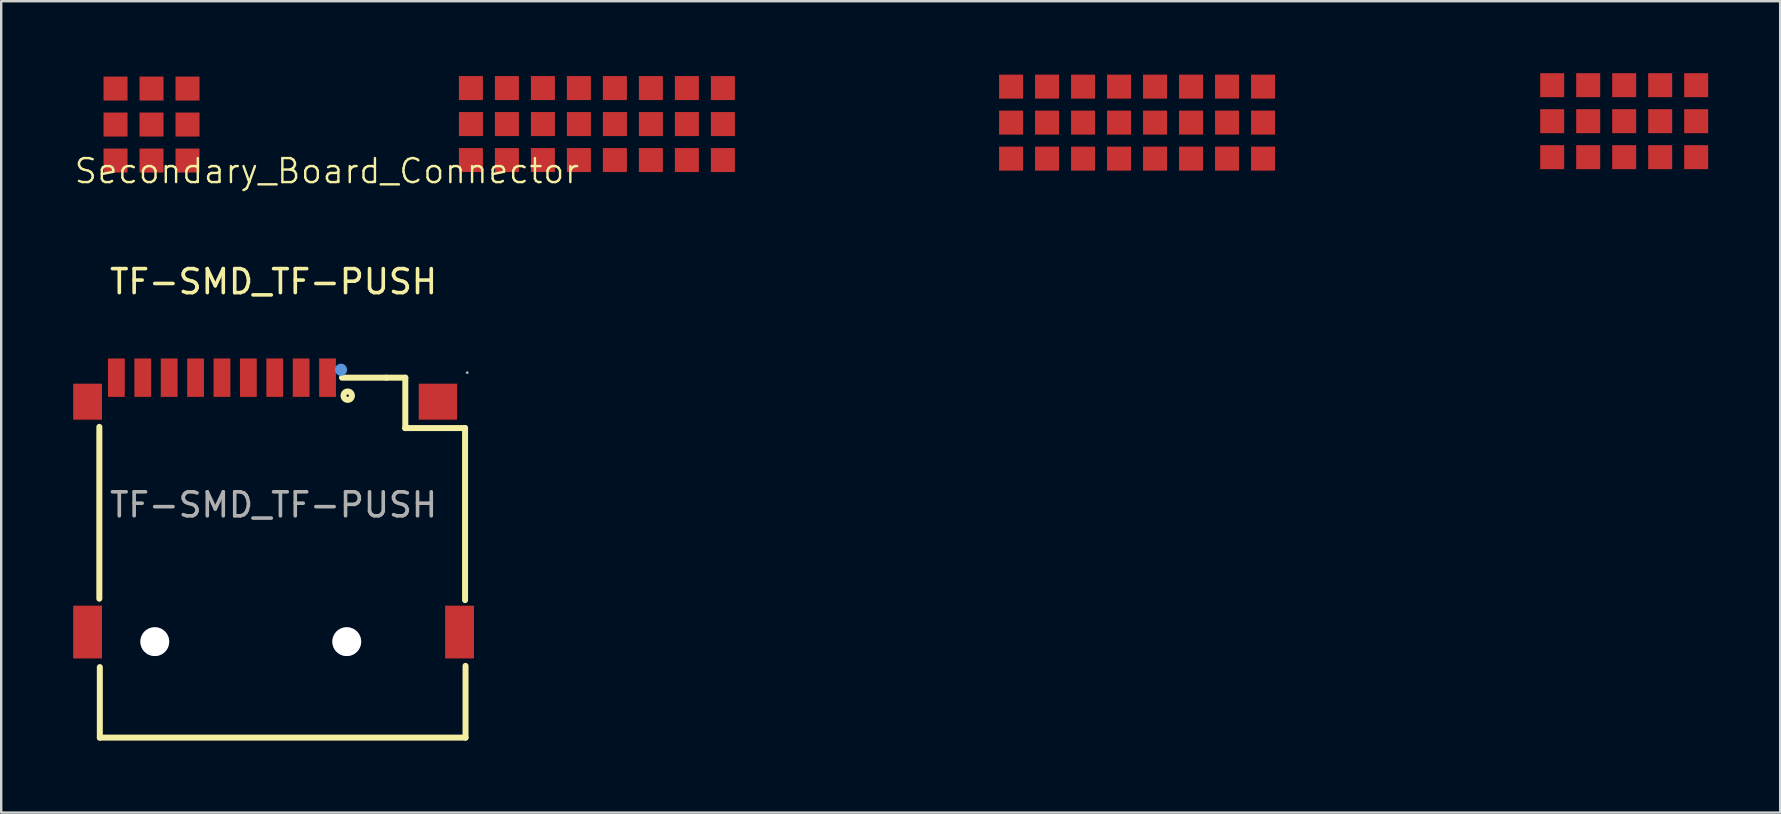
<source format=kicad_pcb>
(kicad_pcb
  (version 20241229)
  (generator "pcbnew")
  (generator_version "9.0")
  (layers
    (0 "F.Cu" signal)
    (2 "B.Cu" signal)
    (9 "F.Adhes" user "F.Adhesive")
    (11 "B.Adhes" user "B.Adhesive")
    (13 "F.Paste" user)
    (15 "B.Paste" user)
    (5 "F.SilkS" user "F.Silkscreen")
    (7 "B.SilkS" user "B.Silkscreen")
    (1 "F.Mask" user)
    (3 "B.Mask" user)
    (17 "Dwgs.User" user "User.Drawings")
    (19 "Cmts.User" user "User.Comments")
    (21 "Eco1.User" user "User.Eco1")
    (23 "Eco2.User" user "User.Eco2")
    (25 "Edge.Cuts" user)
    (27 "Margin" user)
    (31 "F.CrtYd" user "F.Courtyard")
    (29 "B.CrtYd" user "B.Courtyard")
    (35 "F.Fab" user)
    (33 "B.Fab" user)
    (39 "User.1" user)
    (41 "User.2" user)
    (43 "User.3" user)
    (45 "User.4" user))
  (footprint "Secondary_Board_Connector"
    (layer "F.Cu")
    (at 10.574 4.58)
    (property "Reference" "Secondary_Board_Connector" (at 0 -0.5 0) (unlocked yes) (layer "F.SilkS") (effects (font (size 1 1) (thickness 0.1))))
    (attr smd)
    (pad "1" smd rect (at -8.81 -3.94) (size 1 1) (layers "F.Cu" "F.Mask" "F.Paste"))
    (pad "2" smd rect (at -7.31 -3.94) (size 1 1) (layers "F.Cu" "F.Mask" "F.Paste"))
    (pad "3" smd rect (at -5.81 -3.94) (size 1 1) (layers "F.Cu" "F.Mask" "F.Paste"))
    (pad "4" smd rect (at 6 -3.96) (size 1 1) (layers "F.Cu" "F.Mask" "F.Paste"))
    (pad "5" smd rect (at 7.5 -3.96) (size 1 1) (layers "F.Cu" "F.Mask" "F.Paste"))
    (pad "6" smd rect (at 9 -3.96) (size 1 1) (layers "F.Cu" "F.Mask" "F.Paste"))
    (pad "7" smd rect (at 10.5 -3.96) (size 1 1) (layers "F.Cu" "F.Mask" "F.Paste"))
    (pad "8" smd rect (at 12 -3.96) (size 1 1) (layers "F.Cu" "F.Mask" "F.Paste"))
    (pad "9" smd rect (at 13.5 -3.96) (size 1 1) (layers "F.Cu" "F.Mask" "F.Paste"))
    (pad "10" smd rect (at 15 -3.96) (size 1 1) (layers "F.Cu" "F.Mask" "F.Paste"))
    (pad "11" smd rect (at 16.5 -3.96) (size 1 1) (layers "F.Cu" "F.Mask" "F.Paste"))
    (pad "12" smd rect (at 28.51 -4.02) (size 1 1) (layers "F.Cu" "F.Mask" "F.Paste"))
    (pad "13" smd rect (at 30.01 -4.02) (size 1 1) (layers "F.Cu" "F.Mask" "F.Paste"))
    (pad "14" smd rect (at 31.51 -4.02) (size 1 1) (layers "F.Cu" "F.Mask" "F.Paste"))
    (pad "15" smd rect (at 33.01 -4.02) (size 1 1) (layers "F.Cu" "F.Mask" "F.Paste"))
    (pad "16" smd rect (at 34.51 -4.02) (size 1 1) (layers "F.Cu" "F.Mask" "F.Paste"))
    (pad "17" smd rect (at 36.01 -4.02) (size 1 1) (layers "F.Cu" "F.Mask" "F.Paste"))
    (pad "18" smd rect (at 37.51 -4.02) (size 1 1) (layers "F.Cu" "F.Mask" "F.Paste"))
    (pad "19" smd rect (at 39.01 -4.02) (size 1 1) (layers "F.Cu" "F.Mask" "F.Paste"))
    (pad "20" smd rect (at 51.06 -4.08) (size 1 1) (layers "F.Cu" "F.Mask" "F.Paste"))
    (pad "21" smd rect (at 52.56 -4.08) (size 1 1) (layers "F.Cu" "F.Mask" "F.Paste"))
    (pad "22" smd rect (at 54.06 -4.08) (size 1 1) (layers "F.Cu" "F.Mask" "F.Paste"))
    (pad "23" smd rect (at 55.56 -4.08) (size 1 1) (layers "F.Cu" "F.Mask" "F.Paste"))
    (pad "24" smd rect (at 57.06 -4.08) (size 1 1) (layers "F.Cu" "F.Mask" "F.Paste"))
    (pad "25" smd rect (at -8.81 -2.44) (size 1 1) (layers "F.Cu" "F.Mask" "F.Paste"))
    (pad "26" smd rect (at -7.31 -2.44) (size 1 1) (layers "F.Cu" "F.Mask" "F.Paste"))
    (pad "27" smd rect (at -5.81 -2.44) (size 1 1) (layers "F.Cu" "F.Mask" "F.Paste"))
    (pad "28" smd rect (at 6 -2.46) (size 1 1) (layers "F.Cu" "F.Mask" "F.Paste"))
    (pad "29" smd rect (at 7.5 -2.46) (size 1 1) (layers "F.Cu" "F.Mask" "F.Paste"))
    (pad "30" smd rect (at 9 -2.46) (size 1 1) (layers "F.Cu" "F.Mask" "F.Paste"))
    (pad "31" smd rect (at 10.5 -2.46) (size 1 1) (layers "F.Cu" "F.Mask" "F.Paste"))
    (pad "32" smd rect (at 12 -2.46) (size 1 1) (layers "F.Cu" "F.Mask" "F.Paste"))
    (pad "33" smd rect (at 13.5 -2.46) (size 1 1) (layers "F.Cu" "F.Mask" "F.Paste"))
    (pad "34" smd rect (at 15 -2.46) (size 1 1) (layers "F.Cu" "F.Mask" "F.Paste"))
    (pad "35" smd rect (at 16.5 -2.46) (size 1 1) (layers "F.Cu" "F.Mask" "F.Paste"))
    (pad "36" smd rect (at 28.51 -2.52) (size 1 1) (layers "F.Cu" "F.Mask" "F.Paste"))
    (pad "37" smd rect (at 30.01 -2.52) (size 1 1) (layers "F.Cu" "F.Mask" "F.Paste"))
    (pad "38" smd rect (at 31.51 -2.52) (size 1 1) (layers "F.Cu" "F.Mask" "F.Paste"))
    (pad "39" smd rect (at 33.01 -2.52) (size 1 1) (layers "F.Cu" "F.Mask" "F.Paste"))
    (pad "40" smd rect (at 34.51 -2.52) (size 1 1) (layers "F.Cu" "F.Mask" "F.Paste"))
    (pad "41" smd rect (at 36.01 -2.52) (size 1 1) (layers "F.Cu" "F.Mask" "F.Paste"))
    (pad "42" smd rect (at 37.51 -2.52) (size 1 1) (layers "F.Cu" "F.Mask" "F.Paste"))
    (pad "43" smd rect (at 39.01 -2.52) (size 1 1) (layers "F.Cu" "F.Mask" "F.Paste"))
    (pad "44" smd rect (at 51.06 -2.58) (size 1 1) (layers "F.Cu" "F.Mask" "F.Paste"))
    (pad "45" smd rect (at 52.56 -2.58) (size 1 1) (layers "F.Cu" "F.Mask" "F.Paste"))
    (pad "46" smd rect (at 54.06 -2.58) (size 1 1) (layers "F.Cu" "F.Mask" "F.Paste"))
    (pad "47" smd rect (at 55.56 -2.58) (size 1 1) (layers "F.Cu" "F.Mask" "F.Paste"))
    (pad "48" smd rect (at 57.06 -2.58) (size 1 1) (layers "F.Cu" "F.Mask" "F.Paste"))
    (pad "49" smd rect (at -8.81 -0.94) (size 1 1) (layers "F.Cu" "F.Mask" "F.Paste"))
    (pad "50" smd rect (at -7.31 -0.94) (size 1 1) (layers "F.Cu" "F.Mask" "F.Paste"))
    (pad "51" smd rect (at -5.81 -0.94) (size 1 1) (layers "F.Cu" "F.Mask" "F.Paste"))
    (pad "52" smd rect (at 6 -0.96) (size 1 1) (layers "F.Cu" "F.Mask" "F.Paste"))
    (pad "53" smd rect (at 7.5 -0.96) (size 1 1) (layers "F.Cu" "F.Mask" "F.Paste"))
    (pad "54" smd rect (at 9 -0.96) (size 1 1) (layers "F.Cu" "F.Mask" "F.Paste"))
    (pad "55" smd rect (at 10.5 -0.96) (size 1 1) (layers "F.Cu" "F.Mask" "F.Paste"))
    (pad "56" smd rect (at 12 -0.96) (size 1 1) (layers "F.Cu" "F.Mask" "F.Paste"))
    (pad "57" smd rect (at 13.5 -0.96) (size 1 1) (layers "F.Cu" "F.Mask" "F.Paste"))
    (pad "58" smd rect (at 15 -0.96) (size 1 1) (layers "F.Cu" "F.Mask" "F.Paste"))
    (pad "59" smd rect (at 16.5 -0.96) (size 1 1) (layers "F.Cu" "F.Mask" "F.Paste"))
    (pad "60" smd rect (at 28.51 -1.02) (size 1 1) (layers "F.Cu" "F.Mask" "F.Paste"))
    (pad "61" smd rect (at 30.01 -1.02) (size 1 1) (layers "F.Cu" "F.Mask" "F.Paste"))
    (pad "62" smd rect (at 31.51 -1.02) (size 1 1) (layers "F.Cu" "F.Mask" "F.Paste"))
    (pad "63" smd rect (at 33.01 -1.02) (size 1 1) (layers "F.Cu" "F.Mask" "F.Paste"))
    (pad "64" smd rect (at 34.51 -1.02) (size 1 1) (layers "F.Cu" "F.Mask" "F.Paste"))
    (pad "65" smd rect (at 36.01 -1.02) (size 1 1) (layers "F.Cu" "F.Mask" "F.Paste"))
    (pad "66" smd rect (at 37.51 -1.02) (size 1 1) (layers "F.Cu" "F.Mask" "F.Paste"))
    (pad "67" smd rect (at 39.01 -1.02) (size 1 1) (layers "F.Cu" "F.Mask" "F.Paste"))
    (pad "68" smd rect (at 51.06 -1.08) (size 1 1) (layers "F.Cu" "F.Mask" "F.Paste"))
    (pad "69" smd rect (at 52.56 -1.08) (size 1 1) (layers "F.Cu" "F.Mask" "F.Paste"))
    (pad "70" smd rect (at 54.06 -1.08) (size 1 1) (layers "F.Cu" "F.Mask" "F.Paste"))
    (pad "71" smd rect (at 55.56 -1.08) (size 1 1) (layers "F.Cu" "F.Mask" "F.Paste"))
    (pad "72" smd rect (at 57.06 -1.08) (size 1 1) (layers "F.Cu" "F.Mask" "F.Paste")))
  (footprint "TF-SMD_TF-PUSH"
    (layer "F.Cu")
    (at 8.35 17.989)
    (property "Reference" "TF-SMD_TF-PUSH" (at 0 -9.3 0) (layer "F.SilkS") (effects (font (size 1 1) (thickness 0.15))))
    (attr smd)
    (fp_line (start -7.26 -3.25) (end -7.26 3.91) (stroke (width 0.25) (type solid)) (layer "F.SilkS"))
    (fp_line (start -7.24 9.7) (end -7.24 6.76) (stroke (width 0.25) (type solid)) (layer "F.SilkS"))
    (fp_line (start -7.24 9.7) (end 8 9.7) (stroke (width 0.25) (type solid)) (layer "F.SilkS"))
    (fp_line (start 4.7 -5.3) (end 2.85 -5.3) (stroke (width 0.25) (type solid)) (layer "F.SilkS"))
    (fp_line (start 4.7 -5.3) (end 5.49 -5.3) (stroke (width 0.25) (type solid)) (layer "F.SilkS"))
    (fp_line (start 5.49 -5.3) (end 5.49 -3.2) (stroke (width 0.25) (type solid)) (layer "F.SilkS"))
    (fp_line (start 5.49 -3.2) (end 5.5 -3.2) (stroke (width 0.25) (type solid)) (layer "F.SilkS"))
    (fp_line (start 7.98 -3.2) (end 5.49 -3.2) (stroke (width 0.25) (type solid)) (layer "F.SilkS"))
    (fp_line (start 7.98 3.97) (end 7.98 -3.2) (stroke (width 0.25) (type solid)) (layer "F.SilkS"))
    (fp_line (start 8 9.7) (end 8 6.71) (stroke (width 0.25) (type solid)) (layer "F.SilkS"))
    (fp_circle (center 3.09 -4.55) (end 3.14 -4.55) (stroke (width 0.25) (type solid)) (fill no) (layer "F.SilkS"))
    (fp_circle (center -4.95 5.7) (end -4.75 5.7) (stroke (width 0.4) (type solid)) (fill no) (layer "Cmts.User"))
    (fp_circle (center 2.81 -5.63) (end 2.94 -5.63) (stroke (width 0.25) (type solid)) (fill no) (layer "Cmts.User"))
    (fp_circle (center 3.05 5.7) (end 3.25 5.7) (stroke (width 0.4) (type solid)) (fill no) (layer "Cmts.User"))
    (fp_circle (center 8.07 -5.51) (end 8.1 -5.51) (stroke (width 0.06) (type solid)) (fill no) (layer "F.Fab"))
    (fp_text user "${REFERENCE}" (at 0 0 0) (layer "F.Fab") (effects (font (size 1 1) (thickness 0.15))))
    (pad "" thru_hole circle (at -4.95 5.7) (size 1.2 1.2) (drill 1.2) (layers "*.Cu" "*.Mask"))
    (pad "" thru_hole circle (at 3.05 5.7) (size 1.2 1.2) (drill 1.2) (layers "*.Cu" "*.Mask"))
    (pad "1" smd rect (at 2.25 -5.3) (size 0.7 1.6) (layers "F.Cu" "F.Mask" "F.Paste"))
    (pad "2" smd rect (at 1.15 -5.3) (size 0.7 1.6) (layers "F.Cu" "F.Mask" "F.Paste"))
    (pad "3" smd rect (at 0.05 -5.3) (size 0.7 1.6) (layers "F.Cu" "F.Mask" "F.Paste"))
    (pad "4" smd rect (at -1.05 -5.3) (size 0.7 1.6) (layers "F.Cu" "F.Mask" "F.Paste"))
    (pad "5" smd rect (at -2.15 -5.3) (size 0.7 1.6) (layers "F.Cu" "F.Mask" "F.Paste"))
    (pad "6" smd rect (at -3.25 -5.3) (size 0.7 1.6) (layers "F.Cu" "F.Mask" "F.Paste"))
    (pad "7" smd rect (at -4.35 -5.3) (size 0.7 1.6) (layers "F.Cu" "F.Mask" "F.Paste"))
    (pad "8" smd rect (at -5.45 -5.3) (size 0.7 1.6) (layers "F.Cu" "F.Mask" "F.Paste"))
    (pad "9" smd rect (at -6.55 -5.3) (size 0.7 1.6) (layers "F.Cu" "F.Mask" "F.Paste"))
    (pad "10" smd rect (at -7.75 -4.3) (size 1.2 1.5) (layers "F.Cu" "F.Mask" "F.Paste"))
    (pad "11" smd rect (at -7.75 5.3) (size 1.2 2.2) (layers "F.Cu" "F.Mask" "F.Paste"))
    (pad "12" smd rect (at 7.75 5.3) (size 1.2 2.2) (layers "F.Cu" "F.Mask" "F.Paste"))
    (pad "13" smd rect (at 6.85 -4.3) (size 1.6 1.5) (layers "F.Cu" "F.Mask" "F.Paste")))
  (gr_rect
    (start -3 -3)
    (end 71.134 30.814)
    (stroke (width 0.1) (type default))
    (fill no)
    (layer "Edge.Cuts")))
</source>
